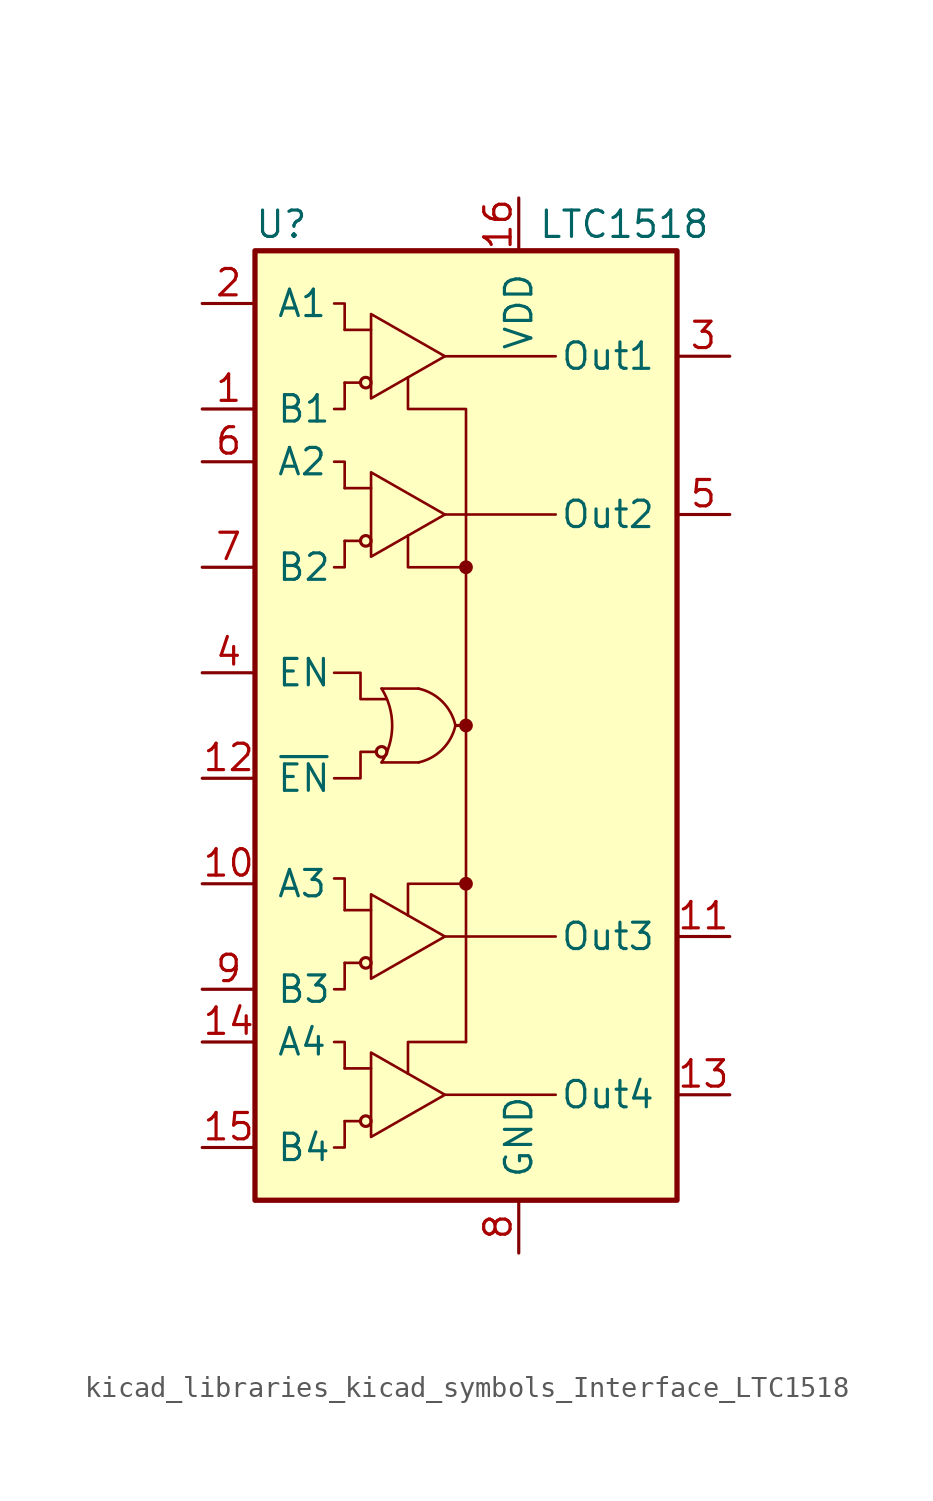
<source format=kicad_sym>
(kicad_symbol_lib
  (version 20220914)
  (generator kicad_symbol_editor)
  (symbol "kicad_libraries_kicad_symbols_Interface_LTC1518"
    (pin_names
      (offset 1.016))
    (property "Reference" "U"
      (at -8.89 24.13 0)
      (effects (font (size 1.27 1.27))))
    (property "Value" "LTC1518"
      (at 7.62 24.13 0)
      (effects (font (size 1.27 1.27))))
    (symbol "kicad_libraries_kicad_symbols_Interface_LTC1518_0_1"
      (rectangle (start -10.16 22.86) (end 10.16 -22.86) (stroke (width 0.254) (type default)) (fill (type background)))
      (circle (center -4.826 16.51) (radius 0.254) (stroke (width 0) (type default)) (fill (type none)))
      (arc (start -4.064 -1.778) (mid -3.5541 0) (end -4.064 1.778) (stroke (width 0.127) (type default)) (fill (type none)))
      (circle (center -4.064 -1.27) (radius 0.254) (stroke (width 0) (type default)) (fill (type none)))
      (arc (start -2.286 -1.778) (mid -1.1381 -1.1479) (end -0.508 0) (stroke (width 0.127) (type default)) (fill (type none)))
      (arc (start -0.508 0) (mid -1.1381 1.1479) (end -2.286 1.778) (stroke (width 0.127) (type default)) (fill (type none)))
      (circle (center 0 -7.62) (radius 0.254) (stroke (width 0) (type default)) (fill (type outline)))
      (polyline (pts (xy -5.842 16.51) (xy -5.08 16.51)) (stroke (width 0.127) (type default)) (fill (type none)))
      (polyline (pts (xy -5.842 19.05) (xy -4.572 19.05)) (stroke (width 0.127) (type default)) (fill (type none)))
      (polyline (pts (xy -4.064 -1.778) (xy -2.286 -1.778)) (stroke (width 0.127) (type default)) (fill (type none)))
      (polyline (pts (xy -2.286 1.778) (xy -4.064 1.778)) (stroke (width 0.127) (type default)) (fill (type none)))
      (polyline (pts (xy -1.016 -17.78) (xy 4.318 -17.78)) (stroke (width 0.127) (type default)) (fill (type none)))
      (polyline (pts (xy -1.016 -10.16) (xy 4.318 -10.16)) (stroke (width 0.127) (type default)) (fill (type none)))
      (polyline (pts (xy -1.016 10.16) (xy 4.318 10.16)) (stroke (width 0.127) (type default)) (fill (type none)))
      (polyline (pts (xy -1.016 17.78) (xy 4.318 17.78)) (stroke (width 0.127) (type default)) (fill (type none)))
      (polyline (pts (xy -0.508 0) (xy 0 0)) (stroke (width 0) (type default)) (fill (type none)))
      (polyline (pts (xy 0 0) (xy 0 -15.24)) (stroke (width 0.127) (type default)) (fill (type none)))
      (polyline (pts (xy 0 7.62) (xy 0 0)) (stroke (width 0.127) (type default)) (fill (type none)))
      (polyline (pts (xy -5.842 -19.05) (xy -5.842 -20.32) (xy -6.35 -20.32)) (stroke (width 0.127) (type default)) (fill (type none)))
      (polyline (pts (xy -5.842 -16.51) (xy -5.842 -15.24) (xy -6.35 -15.24)) (stroke (width 0.127) (type default)) (fill (type none)))
      (polyline (pts (xy -5.842 -11.43) (xy -5.842 -12.7) (xy -6.35 -12.7)) (stroke (width 0.127) (type default)) (fill (type none)))
      (polyline (pts (xy -5.842 -8.89) (xy -5.842 -7.366) (xy -6.35 -7.366)) (stroke (width 0.127) (type default)) (fill (type none)))
      (polyline (pts (xy -5.842 8.89) (xy -5.842 7.62) (xy -6.35 7.62)) (stroke (width 0.127) (type default)) (fill (type none)))
      (polyline (pts (xy -5.842 11.43) (xy -5.842 12.7) (xy -6.35 12.7)) (stroke (width 0.127) (type default)) (fill (type none)))
      (polyline (pts (xy -5.842 19.05) (xy -5.842 20.32) (xy -6.35 20.32)) (stroke (width 0.127) (type default)) (fill (type none)))
      (polyline (pts (xy 0 -15.24) (xy -2.794 -15.24) (xy -2.794 -16.764)) (stroke (width 0.127) (type default)) (fill (type none)))
      (polyline (pts (xy 0 -7.62) (xy -2.794 -7.62) (xy -2.794 -9.144)) (stroke (width 0.127) (type default)) (fill (type none)))
      (polyline (pts (xy 0 7.62) (xy -2.794 7.62) (xy -2.794 9.144)) (stroke (width 0.127) (type default)) (fill (type none)))
      (polyline (pts (xy -6.35 2.54) (xy -5.08 2.54) (xy -5.08 1.27) (xy -3.81 1.27)) (stroke (width 0.127) (type default)) (fill (type none)))
      (polyline (pts (xy -5.842 16.51) (xy -5.842 15.24) (xy -6.096 15.24) (xy -6.35 15.24)) (stroke (width 0.127) (type default)) (fill (type none)))
      (polyline (pts (xy -4.572 19.812) (xy -4.572 15.748) (xy -1.016 17.78) (xy -4.572 19.812)) (stroke (width 0.127) (type default)) (fill (type none)))
      (polyline (pts (xy -4.318 -1.27) (xy -5.08 -1.27) (xy -5.08 -2.54) (xy -6.35 -2.54)) (stroke (width 0.127) (type default)) (fill (type none)))
      (polyline (pts (xy 0 7.62) (xy 0 15.24) (xy -2.794 15.24) (xy -2.794 16.764)) (stroke (width 0.127) (type default)) (fill (type none)))
      (circle (center 0 0) (radius 0.254) (stroke (width 0) (type default)) (fill (type outline)))
      (circle (center 0 7.62) (radius 0.254) (stroke (width 0) (type default)) (fill (type outline))))
    (symbol "kicad_libraries_kicad_symbols_Interface_LTC1518_1_1"
      (circle (center -4.826 -19.05) (radius 0.254) (stroke (width 0) (type default)) (fill (type none)))
      (circle (center -4.826 -11.43) (radius 0.254) (stroke (width 0) (type default)) (fill (type none)))
      (circle (center -4.826 8.89) (radius 0.254) (stroke (width 0) (type default)) (fill (type none)))
      (polyline (pts (xy -5.842 -19.05) (xy -5.08 -19.05)) (stroke (width 0.127) (type default)) (fill (type none)))
      (polyline (pts (xy -5.842 -16.51) (xy -4.572 -16.51)) (stroke (width 0.127) (type default)) (fill (type none)))
      (polyline (pts (xy -5.842 -11.43) (xy -5.08 -11.43)) (stroke (width 0.127) (type default)) (fill (type none)))
      (polyline (pts (xy -5.842 -8.89) (xy -4.572 -8.89)) (stroke (width 0.127) (type default)) (fill (type none)))
      (polyline (pts (xy -5.842 8.89) (xy -5.08 8.89)) (stroke (width 0.127) (type default)) (fill (type none)))
      (polyline (pts (xy -5.842 11.43) (xy -4.572 11.43)) (stroke (width 0.127) (type default)) (fill (type none)))
      (polyline (pts (xy -4.572 -15.748) (xy -4.572 -19.812) (xy -1.016 -17.78) (xy -4.572 -15.748)) (stroke (width 0.127) (type default)) (fill (type none)))
      (polyline (pts (xy -4.572 -8.128) (xy -4.572 -12.192) (xy -1.016 -10.16) (xy -4.572 -8.128)) (stroke (width 0.127) (type default)) (fill (type none)))
      (polyline (pts (xy -4.572 12.192) (xy -4.572 8.128) (xy -1.016 10.16) (xy -4.572 12.192)) (stroke (width 0.127) (type default)) (fill (type none)))
      (pin input line (at -12.7 15.24 0) (length 2.54) (name "B1" (effects (font (size 1.27 1.27)))) (number "1" (effects (font (size 1.27 1.27)))))
      (pin input line (at -12.7 -7.62 0) (length 2.54) (name "A3" (effects (font (size 1.27 1.27)))) (number "10" (effects (font (size 1.27 1.27)))))
      (pin tri_state line (at 12.7 -10.16 180) (length 2.54) (name "Out3" (effects (font (size 1.27 1.27)))) (number "11" (effects (font (size 1.27 1.27)))))
      (pin input line (at -12.7 -2.54 0) (length 2.54) (name "~{EN}" (effects (font (size 1.27 1.27)))) (number "12" (effects (font (size 1.27 1.27)))))
      (pin tri_state line (at 12.7 -17.78 180) (length 2.54) (name "Out4" (effects (font (size 1.27 1.27)))) (number "13" (effects (font (size 1.27 1.27)))))
      (pin input line (at -12.7 -15.24 0) (length 2.54) (name "A4" (effects (font (size 1.27 1.27)))) (number "14" (effects (font (size 1.27 1.27)))))
      (pin input line (at -12.7 -20.32 0) (length 2.54) (name "B4" (effects (font (size 1.27 1.27)))) (number "15" (effects (font (size 1.27 1.27)))))
      (pin power_in line (at 2.54 25.4 270) (length 2.54) (name "VDD" (effects (font (size 1.27 1.27)))) (number "16" (effects (font (size 1.27 1.27)))))
      (pin input line (at -12.7 20.32 0) (length 2.54) (name "A1" (effects (font (size 1.27 1.27)))) (number "2" (effects (font (size 1.27 1.27)))))
      (pin tri_state line (at 12.7 17.78 180) (length 2.54) (name "Out1" (effects (font (size 1.27 1.27)))) (number "3" (effects (font (size 1.27 1.27)))))
      (pin input line (at -12.7 2.54 0) (length 2.54) (name "EN" (effects (font (size 1.27 1.27)))) (number "4" (effects (font (size 1.27 1.27)))))
      (pin tri_state line (at 12.7 10.16 180) (length 2.54) (name "Out2" (effects (font (size 1.27 1.27)))) (number "5" (effects (font (size 1.27 1.27)))))
      (pin input line (at -12.7 12.7 0) (length 2.54) (name "A2" (effects (font (size 1.27 1.27)))) (number "6" (effects (font (size 1.27 1.27)))))
      (pin input line (at -12.7 7.62 0) (length 2.54) (name "B2" (effects (font (size 1.27 1.27)))) (number "7" (effects (font (size 1.27 1.27)))))
      (pin power_in line (at 2.54 -25.4 90) (length 2.54) (name "GND" (effects (font (size 1.27 1.27)))) (number "8" (effects (font (size 1.27 1.27)))))
      (pin input line (at -12.7 -12.7 0) (length 2.54) (name "B3" (effects (font (size 1.27 1.27)))) (number "9" (effects (font (size 1.27 1.27))))))))
</source>
